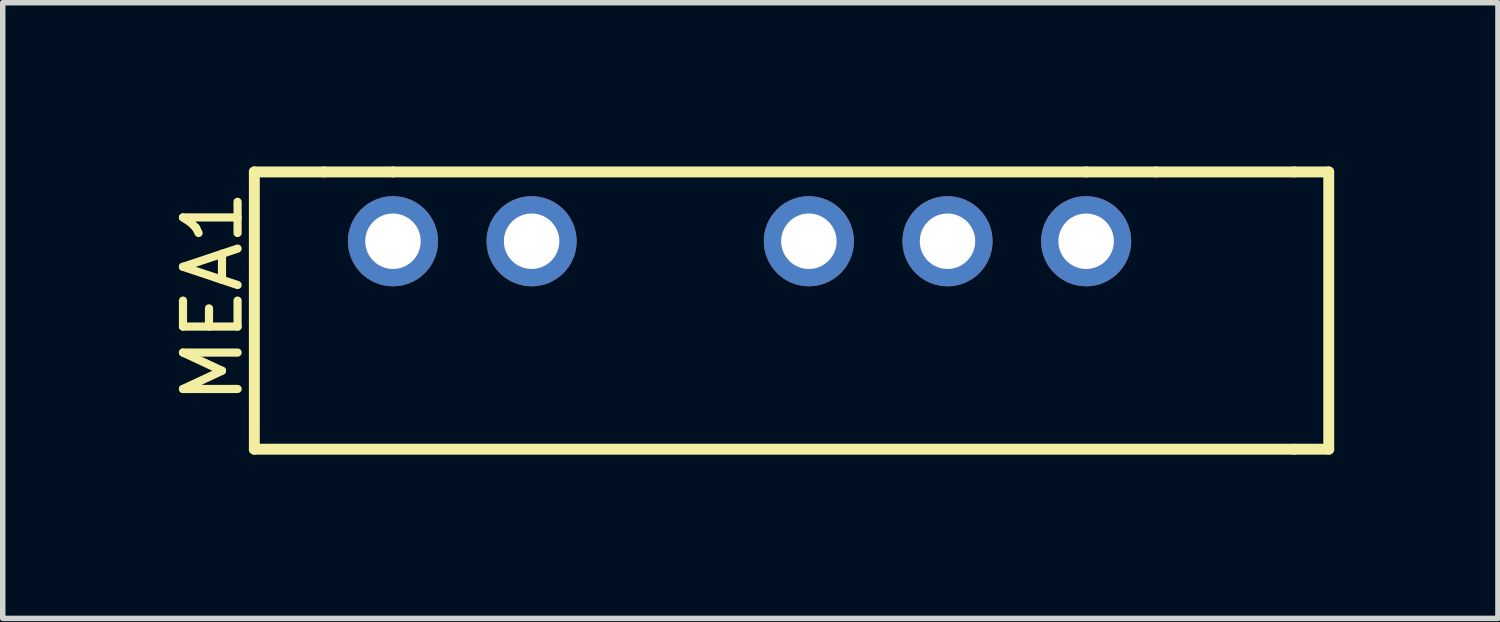
<source format=kicad_pcb>
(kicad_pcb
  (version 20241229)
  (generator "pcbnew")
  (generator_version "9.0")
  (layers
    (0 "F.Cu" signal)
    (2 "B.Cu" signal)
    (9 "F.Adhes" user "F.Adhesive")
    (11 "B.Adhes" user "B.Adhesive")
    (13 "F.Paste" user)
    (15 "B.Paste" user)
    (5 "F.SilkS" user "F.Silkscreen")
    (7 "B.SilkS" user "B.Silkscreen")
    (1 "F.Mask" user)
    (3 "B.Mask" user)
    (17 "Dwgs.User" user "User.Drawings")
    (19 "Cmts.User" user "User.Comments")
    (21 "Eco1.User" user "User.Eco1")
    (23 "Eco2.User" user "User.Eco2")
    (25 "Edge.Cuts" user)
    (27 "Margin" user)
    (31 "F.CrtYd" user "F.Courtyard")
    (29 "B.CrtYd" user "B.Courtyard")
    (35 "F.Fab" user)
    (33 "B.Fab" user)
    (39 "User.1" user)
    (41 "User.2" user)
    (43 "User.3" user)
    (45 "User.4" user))
  (footprint "MEA1"
    (layer "F.Cu")
    (at 10.5 1.37)
    (property "Reference" "MEA1" (at -9.652 1.016 90) (layer "F.SilkS") (effects (font (size 1 1) (thickness 0.15))))
    (attr through_hole)
    (fp_line (start -8.89 -1.27) (end -8.89 3.81) (stroke (width 0.2) (type solid)) (layer "F.SilkS"))
    (fp_line (start -8.89 -1.27) (end -7.62 -1.27) (stroke (width 0.2) (type solid)) (layer "F.SilkS"))
    (fp_line (start -8.89 3.81) (end 10.16 3.81) (stroke (width 0.2) (type solid)) (layer "F.SilkS"))
    (fp_line (start -6.35 -1.27) (end -7.62 -1.27) (stroke (width 0.2) (type solid)) (layer "F.SilkS"))
    (fp_line (start -6.35 -1.27) (end 6.35 -1.27) (stroke (width 0.2) (type solid)) (layer "F.SilkS"))
    (fp_line (start 6.35 -1.27) (end 7.62 -1.27) (stroke (width 0.2) (type solid)) (layer "F.SilkS"))
    (fp_line (start 7.62 -1.27) (end 10.16 -1.27) (stroke (width 0.2) (type solid)) (layer "F.SilkS"))
    (fp_line (start 10.16 -1.27) (end 10.795 -1.27) (stroke (width 0.2) (type solid)) (layer "F.SilkS"))
    (fp_line (start 10.795 -1.27) (end 10.795 3.81) (stroke (width 0.2) (type solid)) (layer "F.SilkS"))
    (fp_line (start 10.795 3.81) (end 10.16 3.81) (stroke (width 0.2) (type solid)) (layer "F.SilkS"))
    (pad "1" thru_hole circle (at -6.35 0) (size 1.651 1.651) (drill 1.016) (layers "*.Cu" "*.Mask"))
    (pad "2" thru_hole circle (at -3.81 0) (size 1.651 1.651) (drill 1.016) (layers "*.Cu" "*.Mask"))
    (pad "4" thru_hole circle (at 1.27 0) (size 1.651 1.651) (drill 1.016) (layers "*.Cu" "*.Mask"))
    (pad "5" thru_hole circle (at 3.81 0) (size 1.651 1.651) (drill 1.016) (layers "*.Cu" "*.Mask"))
    (pad "6" thru_hole circle (at 6.35 0) (size 1.651 1.651) (drill 1.016) (layers "*.Cu" "*.Mask")))
  (gr_rect
    (start -3 -3)
    (end 24.395 8.28)
    (stroke (width 0.1) (type default))
    (fill no)
    (layer "Edge.Cuts")))
</source>
